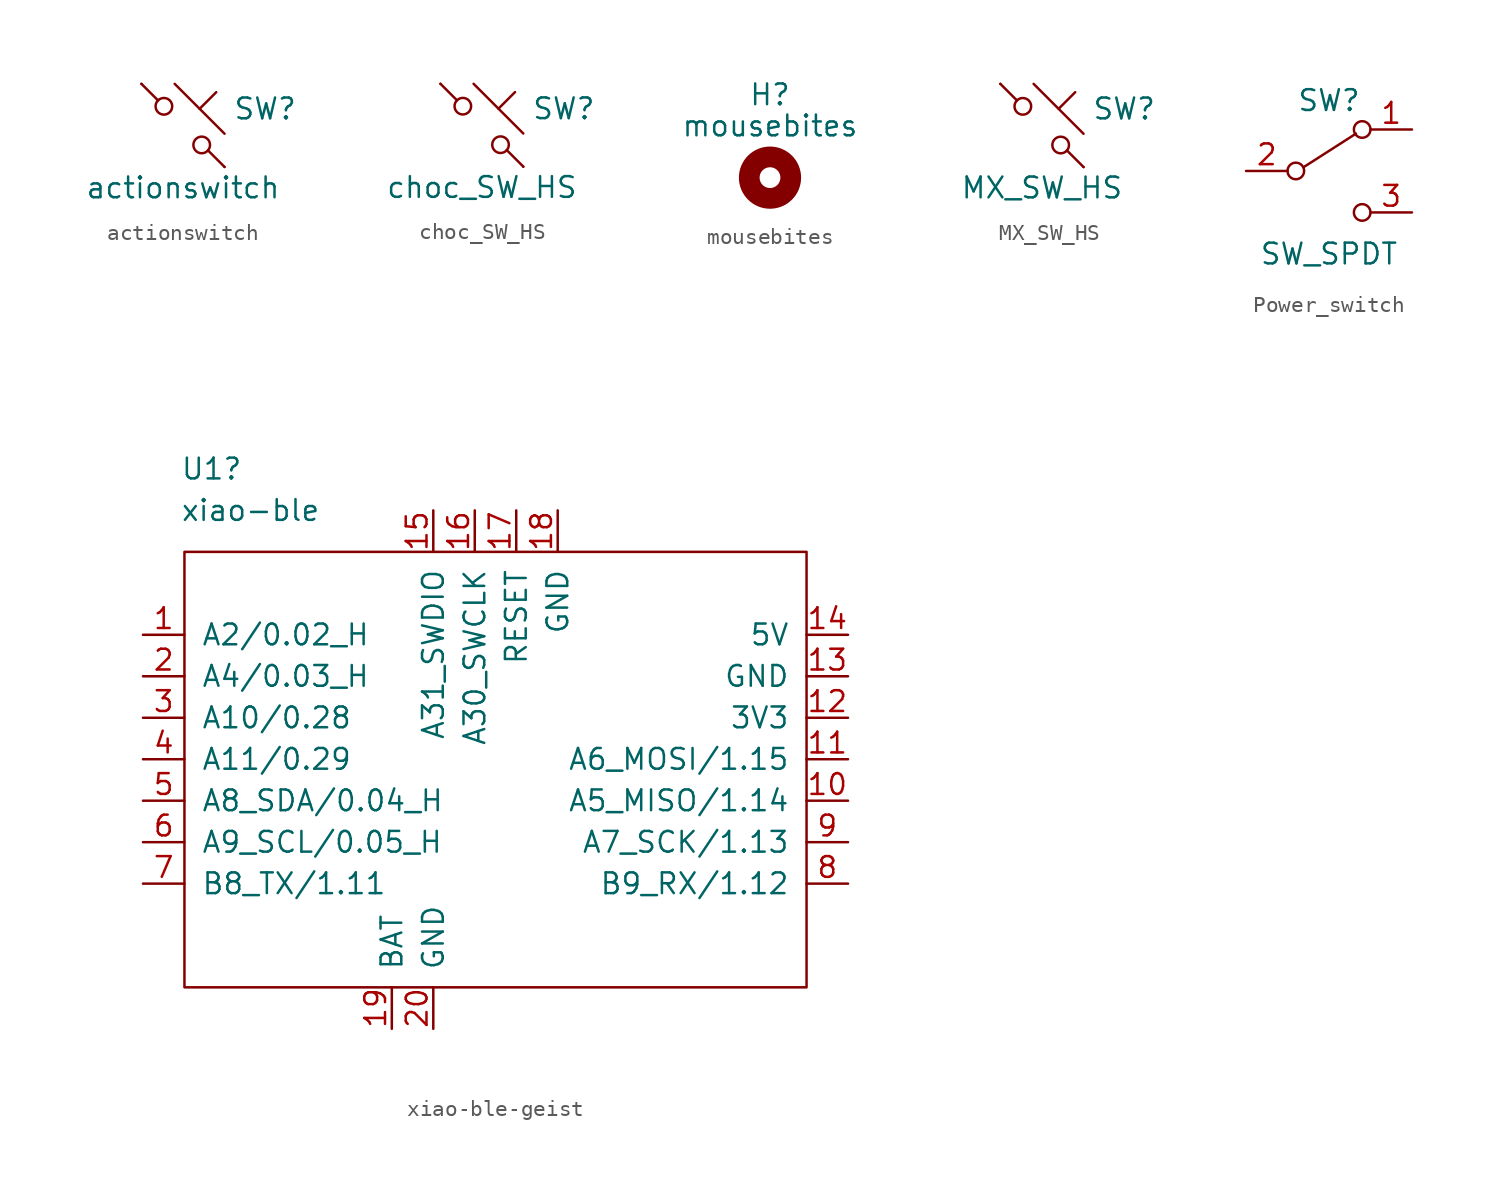
<source format=kicad_sym>
(kicad_symbol_lib
  (version 20220914)
  (generator kicad_symbol_editor)
  (symbol "actionswitch"
    (pin_numbers hide)
    (pin_names
      (offset 1.016) hide)
    (property "Reference" "SW"
      (at 3.048 1.016 0)
      (effects (font (size 1.27 1.27)) (justify left)))
    (property "Value" "actionswitch"
      (at 0 -3.81 0)
      (effects (font (size 1.27 1.27))))
    (symbol "actionswitch_0_1"
      (circle (center -1.168 1.168) (radius 0.508) (stroke (width 0) (type default)) (fill (type none)))
      (polyline (pts (xy -0.508 2.54) (xy 2.54 -0.508)) (stroke (width 0) (type default)) (fill (type none)))
      (polyline (pts (xy 1.016 1.016) (xy 2.032 2.032)) (stroke (width 0) (type default)) (fill (type none)))
      (polyline (pts (xy -2.54 2.54) (xy -1.524 1.524) (xy -1.524 1.524)) (stroke (width 0) (type default)) (fill (type none)))
      (polyline (pts (xy 1.524 -1.524) (xy 2.54 -2.54) (xy 2.54 -2.54) (xy 2.54 -2.54)) (stroke (width 0) (type default)) (fill (type none)))
      (circle (center 1.143 -1.194) (radius 0.508) (stroke (width 0) (type default)) (fill (type none)))
      (pin passive line (at -2.54 2.54 0) (length 0) (name "1" (effects (font (size 1.27 1.27)))) (number "1" (effects (font (size 1.27 1.27)))))
      (pin passive line (at 2.54 -2.54 180) (length 0) (name "2" (effects (font (size 1.27 1.27)))) (number "2" (effects (font (size 1.27 1.27)))))))
  (symbol "choc_SW_HS"
    (pin_numbers hide)
    (pin_names
      (offset 1.016) hide)
    (property "Reference" "SW"
      (at 3.048 1.016 0)
      (effects (font (size 1.27 1.27)) (justify left)))
    (property "Value" "choc_SW_HS"
      (at 0 -3.81 0)
      (effects (font (size 1.27 1.27))))
    (symbol "choc_SW_HS_0_1"
      (circle (center -1.168 1.168) (radius 0.508) (stroke (width 0) (type default)) (fill (type none)))
      (polyline (pts (xy -0.508 2.54) (xy 2.54 -0.508)) (stroke (width 0) (type default)) (fill (type none)))
      (polyline (pts (xy 1.016 1.016) (xy 2.032 2.032)) (stroke (width 0) (type default)) (fill (type none)))
      (polyline (pts (xy -2.54 2.54) (xy -1.524 1.524) (xy -1.524 1.524)) (stroke (width 0) (type default)) (fill (type none)))
      (polyline (pts (xy 1.524 -1.524) (xy 2.54 -2.54) (xy 2.54 -2.54) (xy 2.54 -2.54)) (stroke (width 0) (type default)) (fill (type none)))
      (circle (center 1.143 -1.194) (radius 0.508) (stroke (width 0) (type default)) (fill (type none)))
      (pin passive line (at -2.54 2.54 0) (length 0) (name "1" (effects (font (size 1.27 1.27)))) (number "1" (effects (font (size 1.27 1.27)))))
      (pin passive line (at 2.54 -2.54 180) (length 0) (name "2" (effects (font (size 1.27 1.27)))) (number "2" (effects (font (size 1.27 1.27)))))))
  (symbol "mousebites"
    (pin_names
      (offset 1.016))
    (property "Reference" "H"
      (at 0 5.08 0)
      (effects (font (size 1.27 1.27))))
    (property "Value" "mousebites"
      (at 0 3.175 0)
      (effects (font (size 1.27 1.27))))
    (symbol "mousebites_0_1"
      (circle (center 0 0) (radius 1.27) (stroke (width 1.27) (type default)) (fill (type none)))))
  (symbol "MX_SW_HS"
    (pin_numbers hide)
    (pin_names
      (offset 1.016) hide)
    (property "Reference" "SW"
      (at 3.048 1.016 0)
      (effects (font (size 1.27 1.27)) (justify left)))
    (property "Value" "MX_SW_HS"
      (at 0 -3.81 0)
      (effects (font (size 1.27 1.27))))
    (symbol "MX_SW_HS_0_1"
      (circle (center -1.168 1.168) (radius 0.508) (stroke (width 0) (type default)) (fill (type none)))
      (polyline (pts (xy -0.508 2.54) (xy 2.54 -0.508)) (stroke (width 0) (type default)) (fill (type none)))
      (polyline (pts (xy 1.016 1.016) (xy 2.032 2.032)) (stroke (width 0) (type default)) (fill (type none)))
      (polyline (pts (xy -2.54 2.54) (xy -1.524 1.524) (xy -1.524 1.524)) (stroke (width 0) (type default)) (fill (type none)))
      (polyline (pts (xy 1.524 -1.524) (xy 2.54 -2.54) (xy 2.54 -2.54) (xy 2.54 -2.54)) (stroke (width 0) (type default)) (fill (type none)))
      (circle (center 1.143 -1.194) (radius 0.508) (stroke (width 0) (type default)) (fill (type none)))
      (pin passive line (at -2.54 2.54 0) (length 0) (name "1" (effects (font (size 1.27 1.27)))) (number "1" (effects (font (size 1.27 1.27)))))
      (pin passive line (at 2.54 -2.54 180) (length 0) (name "2" (effects (font (size 1.27 1.27)))) (number "2" (effects (font (size 1.27 1.27)))))))
  (symbol "Power_switch"
    (pin_names
      (offset 0) hide)
    (property "Reference" "SW"
      (at 0 4.318 0)
      (effects (font (size 1.27 1.27))))
    (property "Value" "SW_SPDT"
      (at 0 -5.08 0)
      (effects (font (size 1.27 1.27))))
    (symbol "Power_switch_0_0"
      (circle (center -2.032 0) (radius 0.508) (stroke (width 0) (type default)) (fill (type none)))
      (circle (center 2.032 -2.54) (radius 0.508) (stroke (width 0) (type default)) (fill (type none))))
    (symbol "Power_switch_0_1"
      (polyline (pts (xy -1.524 0.254) (xy 1.651 2.286)) (stroke (width 0) (type default)) (fill (type none)))
      (circle (center 2.032 2.54) (radius 0.508) (stroke (width 0) (type default)) (fill (type none))))
    (symbol "Power_switch_1_1"
      (pin passive line (at 5.08 2.54 180) (length 2.54) (name "A" (effects (font (size 1.27 1.27)))) (number "1" (effects (font (size 1.27 1.27)))))
      (pin passive line (at -5.08 0 0) (length 2.54) (name "B" (effects (font (size 1.27 1.27)))) (number "2" (effects (font (size 1.27 1.27)))))
      (pin passive line (at 5.08 -2.54 180) (length 2.54) (name "C" (effects (font (size 1.27 1.27)))) (number "3" (effects (font (size 1.27 1.27)))))))
  (symbol "xiao-ble-geist"
    (pin_names
      (offset 1.016))
    (property "Reference" "U1"
      (at -19.304 17.78 0)
      (effects (font (size 1.27 1.27)) (justify left)))
    (property "Value" "xiao-ble"
      (at -19.304 15.24 0)
      (effects (font (size 1.27 1.27)) (justify left)))
    (symbol "xiao-ble-geist_0_1"
      (rectangle (start -19.05 12.7) (end 19.05 -13.97) (stroke (width 0) (type default)) (fill (type none))))
    (symbol "xiao-ble-geist_1_1"
      (pin bidirectional line (at -21.59 7.62 0) (length 2.54) (name "A2/0.02_H" (effects (font (size 1.27 1.27)))) (number "1" (effects (font (size 1.27 1.27)))))
      (pin bidirectional line (at 21.59 -2.54 180) (length 2.54) (name "A5_MISO/1.14" (effects (font (size 1.27 1.27)))) (number "10" (effects (font (size 1.27 1.27)))))
      (pin bidirectional line (at 21.59 0 180) (length 2.54) (name "A6_MOSI/1.15" (effects (font (size 1.27 1.27)))) (number "11" (effects (font (size 1.27 1.27)))))
      (pin power_out line (at 21.59 2.54 180) (length 2.54) (name "3V3" (effects (font (size 1.27 1.27)))) (number "12" (effects (font (size 1.27 1.27)))))
      (pin power_out line (at 21.59 5.08 180) (length 2.54) (name "GND" (effects (font (size 1.27 1.27)))) (number "13" (effects (font (size 1.27 1.27)))))
      (pin power_out line (at 21.59 7.62 180) (length 2.54) (name "5V" (effects (font (size 1.27 1.27)))) (number "14" (effects (font (size 1.27 1.27)))))
      (pin input line (at -3.81 15.24 270) (length 2.54) (name "A31_SWDIO" (effects (font (size 1.27 1.27)))) (number "15" (effects (font (size 1.27 1.27)))))
      (pin input line (at -1.27 15.24 270) (length 2.54) (name "A30_SWCLK" (effects (font (size 1.27 1.27)))) (number "16" (effects (font (size 1.27 1.27)))))
      (pin input line (at 1.27 15.24 270) (length 2.54) (name "RESET" (effects (font (size 1.27 1.27)))) (number "17" (effects (font (size 1.27 1.27)))))
      (pin power_out line (at 3.81 15.24 270) (length 2.54) (name "GND" (effects (font (size 1.27 1.27)))) (number "18" (effects (font (size 1.27 1.27)))))
      (pin bidirectional line (at -6.35 -16.51 90) (length 2.54) (name "BAT" (effects (font (size 1.27 1.27)))) (number "19" (effects (font (size 1.27 1.27)))))
      (pin bidirectional line (at -21.59 5.08 0) (length 2.54) (name "A4/0.03_H" (effects (font (size 1.27 1.27)))) (number "2" (effects (font (size 1.27 1.27)))))
      (pin power_out line (at -3.81 -16.51 90) (length 2.54) (name "GND" (effects (font (size 1.27 1.27)))) (number "20" (effects (font (size 1.27 1.27)))))
      (pin bidirectional line (at -21.59 2.54 0) (length 2.54) (name "A10/0.28" (effects (font (size 1.27 1.27)))) (number "3" (effects (font (size 1.27 1.27)))))
      (pin bidirectional line (at -21.59 0 0) (length 2.54) (name "A11/0.29" (effects (font (size 1.27 1.27)))) (number "4" (effects (font (size 1.27 1.27)))))
      (pin bidirectional line (at -21.59 -2.54 0) (length 2.54) (name "A8_SDA/0.04_H" (effects (font (size 1.27 1.27)))) (number "5" (effects (font (size 1.27 1.27)))))
      (pin bidirectional line (at -21.59 -5.08 0) (length 2.54) (name "A9_SCL/0.05_H" (effects (font (size 1.27 1.27)))) (number "6" (effects (font (size 1.27 1.27)))))
      (pin bidirectional line (at -21.59 -7.62 0) (length 2.54) (name "B8_TX/1.11" (effects (font (size 1.27 1.27)))) (number "7" (effects (font (size 1.27 1.27)))))
      (pin bidirectional line (at 21.59 -7.62 180) (length 2.54) (name "B9_RX/1.12" (effects (font (size 1.27 1.27)))) (number "8" (effects (font (size 1.27 1.27)))))
      (pin bidirectional line (at 21.59 -5.08 180) (length 2.54) (name "A7_SCK/1.13" (effects (font (size 1.27 1.27)))) (number "9" (effects (font (size 1.27 1.27))))))))
</source>
